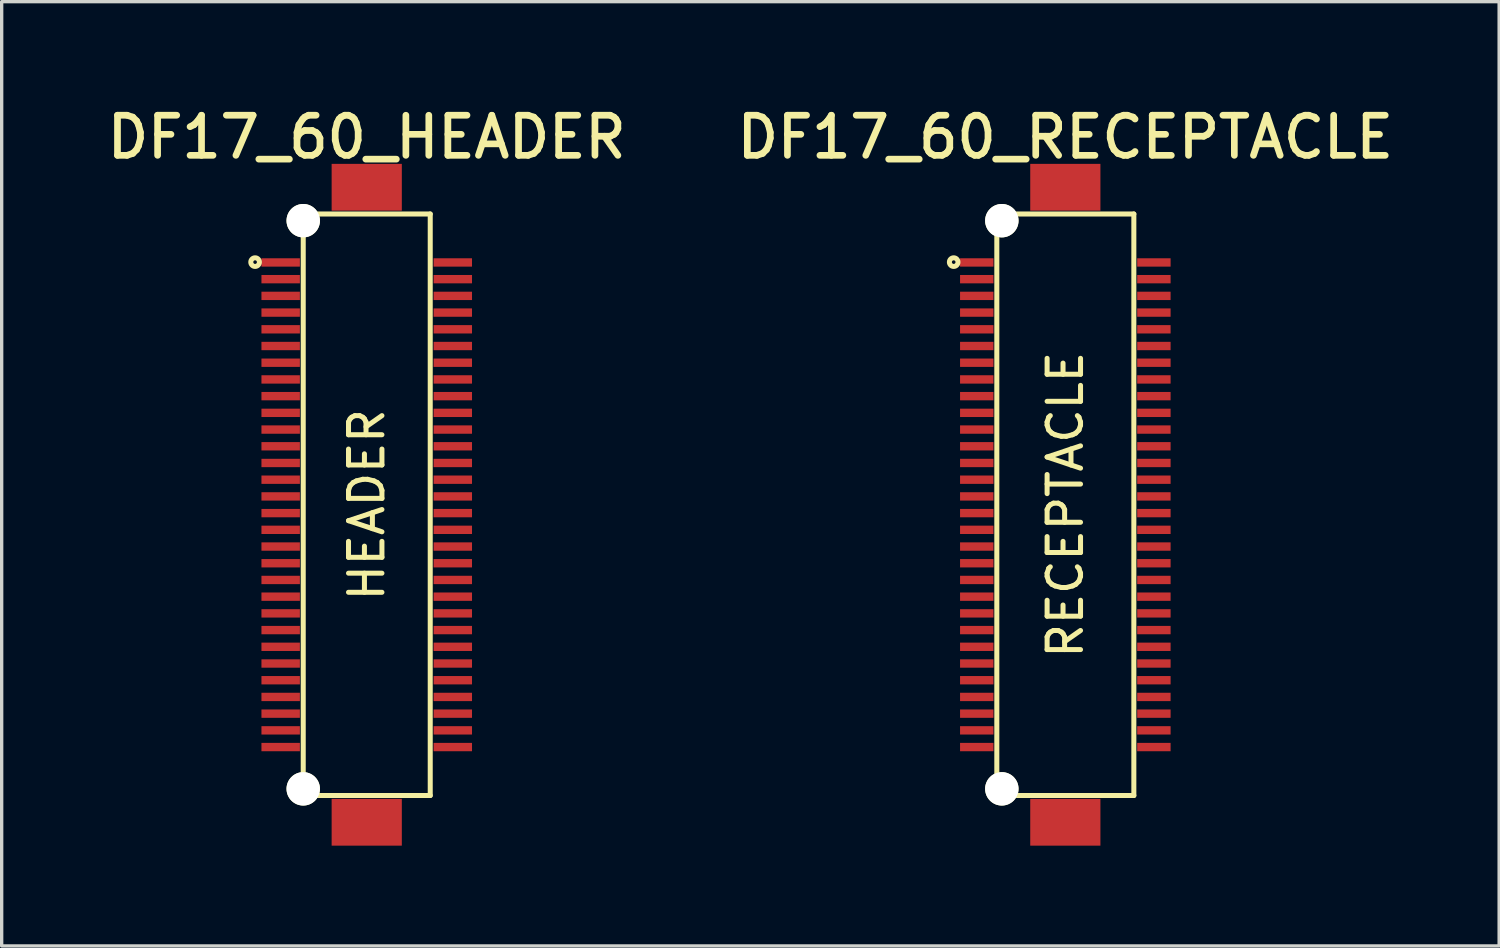
<source format=kicad_pcb>
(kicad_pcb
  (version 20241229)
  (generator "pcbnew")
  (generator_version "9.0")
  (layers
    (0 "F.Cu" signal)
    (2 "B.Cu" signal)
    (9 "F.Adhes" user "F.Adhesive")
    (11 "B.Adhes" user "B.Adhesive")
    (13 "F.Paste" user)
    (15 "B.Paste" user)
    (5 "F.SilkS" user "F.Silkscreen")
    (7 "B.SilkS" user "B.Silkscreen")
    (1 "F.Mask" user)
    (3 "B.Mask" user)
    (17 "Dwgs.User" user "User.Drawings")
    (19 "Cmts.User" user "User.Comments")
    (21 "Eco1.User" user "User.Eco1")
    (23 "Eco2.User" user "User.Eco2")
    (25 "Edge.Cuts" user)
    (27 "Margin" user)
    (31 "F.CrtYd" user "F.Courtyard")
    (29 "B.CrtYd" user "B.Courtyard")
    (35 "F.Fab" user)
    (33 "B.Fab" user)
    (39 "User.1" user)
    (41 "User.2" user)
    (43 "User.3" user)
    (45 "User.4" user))
  (footprint "DF17_60_HEADER"
    (layer "F.Cu")
    (at 7.923 12.053)
    (property "Reference" "DF17_60_HEADER" (at 0 -11 0) (layer "F.SilkS") (effects (font (size 1.2 1.2) (thickness 0.2))))
    (attr through_hole)
    (fp_line (start -1.9 -8.7) (end 1.9 -8.7) (stroke (width 0.15) (type solid)) (layer "F.SilkS"))
    (fp_line (start -1.9 8.7) (end -1.9 -8.7) (stroke (width 0.15) (type solid)) (layer "F.SilkS"))
    (fp_line (start 1.9 -8.7) (end 1.9 8.7) (stroke (width 0.15) (type solid)) (layer "F.SilkS"))
    (fp_line (start 1.9 8.7) (end -1.9 8.7) (stroke (width 0.15) (type solid)) (layer "F.SilkS"))
    (fp_circle (center -3.34 -7.26) (end -3.32 -7.31) (stroke (width 0.15) (type solid)) (fill no) (layer "F.SilkS"))
    (fp_text user "HEADER" (at 0 0 90) (layer "F.SilkS") (effects (font (size 1 1) (thickness 0.15))))
    (pad "" np_thru_hole circle (at -1.9 -8.5) (size 1 1) (drill 1) (layers "*.Cu" "*.Mask" "F.SilkS"))
    (pad "" np_thru_hole circle (at -1.9 8.5) (size 1 1) (drill 1) (layers "*.Cu" "*.Mask" "F.SilkS"))
    (pad "" smd rect (at 0 -9.5) (size 2.1 1.4) (layers "F.Cu" "F.Mask" "F.Paste"))
    (pad "" smd rect (at 0 9.5) (size 2.1 1.4) (layers "F.Cu" "F.Mask" "F.Paste"))
    (pad "1" smd rect (at -2.575 -7.25) (size 1.15 0.25) (layers "F.Cu" "F.Mask" "F.Paste"))
    (pad "2" smd rect (at 2.575 -7.25) (size 1.15 0.25) (layers "F.Cu" "F.Mask" "F.Paste"))
    (pad "3" smd rect (at -2.575 -6.75) (size 1.15 0.25) (layers "F.Cu" "F.Mask" "F.Paste"))
    (pad "4" smd rect (at 2.575 -6.75) (size 1.15 0.25) (layers "F.Cu" "F.Mask" "F.Paste"))
    (pad "5" smd rect (at -2.575 -6.25) (size 1.15 0.25) (layers "F.Cu" "F.Mask" "F.Paste"))
    (pad "6" smd rect (at 2.575 -6.25) (size 1.15 0.25) (layers "F.Cu" "F.Mask" "F.Paste"))
    (pad "7" smd rect (at -2.575 -5.75) (size 1.15 0.25) (layers "F.Cu" "F.Mask" "F.Paste"))
    (pad "8" smd rect (at 2.575 -5.75) (size 1.15 0.25) (layers "F.Cu" "F.Mask" "F.Paste"))
    (pad "9" smd rect (at -2.575 -5.25) (size 1.15 0.25) (layers "F.Cu" "F.Mask" "F.Paste"))
    (pad "10" smd rect (at 2.575 -5.25) (size 1.15 0.25) (layers "F.Cu" "F.Mask" "F.Paste"))
    (pad "11" smd rect (at -2.575 -4.75) (size 1.15 0.25) (layers "F.Cu" "F.Mask" "F.Paste"))
    (pad "12" smd rect (at 2.575 -4.75) (size 1.15 0.25) (layers "F.Cu" "F.Mask" "F.Paste"))
    (pad "13" smd rect (at -2.575 -4.25) (size 1.15 0.25) (layers "F.Cu" "F.Mask" "F.Paste"))
    (pad "14" smd rect (at 2.575 -4.25) (size 1.15 0.25) (layers "F.Cu" "F.Mask" "F.Paste"))
    (pad "15" smd rect (at -2.575 -3.75) (size 1.15 0.25) (layers "F.Cu" "F.Mask" "F.Paste"))
    (pad "16" smd rect (at 2.575 -3.75) (size 1.15 0.25) (layers "F.Cu" "F.Mask" "F.Paste"))
    (pad "17" smd rect (at -2.575 -3.25) (size 1.15 0.25) (layers "F.Cu" "F.Mask" "F.Paste"))
    (pad "18" smd rect (at 2.575 -3.25) (size 1.15 0.25) (layers "F.Cu" "F.Mask" "F.Paste"))
    (pad "19" smd rect (at -2.575 -2.75) (size 1.15 0.25) (layers "F.Cu" "F.Mask" "F.Paste"))
    (pad "20" smd rect (at 2.575 -2.75) (size 1.15 0.25) (layers "F.Cu" "F.Mask" "F.Paste"))
    (pad "21" smd rect (at -2.575 -2.25) (size 1.15 0.25) (layers "F.Cu" "F.Mask" "F.Paste"))
    (pad "22" smd rect (at 2.575 -2.25) (size 1.15 0.25) (layers "F.Cu" "F.Mask" "F.Paste"))
    (pad "23" smd rect (at -2.575 -1.75) (size 1.15 0.25) (layers "F.Cu" "F.Mask" "F.Paste"))
    (pad "24" smd rect (at 2.575 -1.75) (size 1.15 0.25) (layers "F.Cu" "F.Mask" "F.Paste"))
    (pad "25" smd rect (at -2.575 -1.25) (size 1.15 0.25) (layers "F.Cu" "F.Mask" "F.Paste"))
    (pad "26" smd rect (at 2.575 -1.25) (size 1.15 0.25) (layers "F.Cu" "F.Mask" "F.Paste"))
    (pad "27" smd rect (at -2.575 -0.75) (size 1.15 0.25) (layers "F.Cu" "F.Mask" "F.Paste"))
    (pad "28" smd rect (at 2.575 -0.75) (size 1.15 0.25) (layers "F.Cu" "F.Mask" "F.Paste"))
    (pad "29" smd rect (at -2.575 -0.25) (size 1.15 0.25) (layers "F.Cu" "F.Mask" "F.Paste"))
    (pad "30" smd rect (at 2.575 -0.25) (size 1.15 0.25) (layers "F.Cu" "F.Mask" "F.Paste"))
    (pad "31" smd rect (at -2.575 0.25) (size 1.15 0.25) (layers "F.Cu" "F.Mask" "F.Paste"))
    (pad "32" smd rect (at 2.575 0.25) (size 1.15 0.25) (layers "F.Cu" "F.Mask" "F.Paste"))
    (pad "33" smd rect (at -2.575 0.75) (size 1.15 0.25) (layers "F.Cu" "F.Mask" "F.Paste"))
    (pad "34" smd rect (at 2.575 0.75) (size 1.15 0.25) (layers "F.Cu" "F.Mask" "F.Paste"))
    (pad "35" smd rect (at -2.575 1.25) (size 1.15 0.25) (layers "F.Cu" "F.Mask" "F.Paste"))
    (pad "36" smd rect (at 2.575 1.25) (size 1.15 0.25) (layers "F.Cu" "F.Mask" "F.Paste"))
    (pad "37" smd rect (at -2.575 1.75) (size 1.15 0.25) (layers "F.Cu" "F.Mask" "F.Paste"))
    (pad "38" smd rect (at 2.575 1.75) (size 1.15 0.25) (layers "F.Cu" "F.Mask" "F.Paste"))
    (pad "39" smd rect (at -2.575 2.25) (size 1.15 0.25) (layers "F.Cu" "F.Mask" "F.Paste"))
    (pad "40" smd rect (at 2.575 2.25) (size 1.15 0.25) (layers "F.Cu" "F.Mask" "F.Paste"))
    (pad "41" smd rect (at -2.575 2.75) (size 1.15 0.25) (layers "F.Cu" "F.Mask" "F.Paste"))
    (pad "42" smd rect (at 2.575 2.75) (size 1.15 0.25) (layers "F.Cu" "F.Mask" "F.Paste"))
    (pad "43" smd rect (at -2.575 3.25) (size 1.15 0.25) (layers "F.Cu" "F.Mask" "F.Paste"))
    (pad "44" smd rect (at 2.575 3.25) (size 1.15 0.25) (layers "F.Cu" "F.Mask" "F.Paste"))
    (pad "45" smd rect (at -2.575 3.75) (size 1.15 0.25) (layers "F.Cu" "F.Mask" "F.Paste"))
    (pad "46" smd rect (at 2.575 3.75) (size 1.15 0.25) (layers "F.Cu" "F.Mask" "F.Paste"))
    (pad "47" smd rect (at -2.575 4.25) (size 1.15 0.25) (layers "F.Cu" "F.Mask" "F.Paste"))
    (pad "48" smd rect (at 2.575 4.25) (size 1.15 0.25) (layers "F.Cu" "F.Mask" "F.Paste"))
    (pad "49" smd rect (at -2.575 4.75) (size 1.15 0.25) (layers "F.Cu" "F.Mask" "F.Paste"))
    (pad "50" smd rect (at 2.575 4.75) (size 1.15 0.25) (layers "F.Cu" "F.Mask" "F.Paste"))
    (pad "51" smd rect (at -2.575 5.25) (size 1.15 0.25) (layers "F.Cu" "F.Mask" "F.Paste"))
    (pad "52" smd rect (at 2.575 5.25) (size 1.15 0.25) (layers "F.Cu" "F.Mask" "F.Paste"))
    (pad "53" smd rect (at -2.575 5.75) (size 1.15 0.25) (layers "F.Cu" "F.Mask" "F.Paste"))
    (pad "54" smd rect (at 2.575 5.75) (size 1.15 0.25) (layers "F.Cu" "F.Mask" "F.Paste"))
    (pad "55" smd rect (at -2.575 6.25) (size 1.15 0.25) (layers "F.Cu" "F.Mask" "F.Paste"))
    (pad "56" smd rect (at 2.575 6.25) (size 1.15 0.25) (layers "F.Cu" "F.Mask" "F.Paste"))
    (pad "57" smd rect (at -2.575 6.75) (size 1.15 0.25) (layers "F.Cu" "F.Mask" "F.Paste"))
    (pad "58" smd rect (at 2.575 6.75) (size 1.15 0.25) (layers "F.Cu" "F.Mask" "F.Paste"))
    (pad "59" smd rect (at -2.575 7.25) (size 1.15 0.25) (layers "F.Cu" "F.Mask" "F.Paste"))
    (pad "60" smd rect (at 2.575 7.25) (size 1.15 0.25) (layers "F.Cu" "F.Mask" "F.Paste")))
  (footprint "DF17_60_RECEPTACLE"
    (layer "F.Cu")
    (at 28.826 12.053)
    (property "Reference" "DF17_60_RECEPTACLE" (at 0 -11 0) (layer "F.SilkS") (effects (font (size 1.2 1.2) (thickness 0.2))))
    (attr through_hole)
    (fp_line (start -2.05 -8.7) (end 2.05 -8.7) (stroke (width 0.15) (type solid)) (layer "F.SilkS"))
    (fp_line (start -2.05 8.7) (end -2.05 -8.7) (stroke (width 0.15) (type solid)) (layer "F.SilkS"))
    (fp_line (start 2.05 -8.7) (end 2.05 8.7) (stroke (width 0.15) (type solid)) (layer "F.SilkS"))
    (fp_line (start 2.05 8.7) (end -2.05 8.7) (stroke (width 0.15) (type solid)) (layer "F.SilkS"))
    (fp_circle (center -3.34 -7.26) (end -3.32 -7.31) (stroke (width 0.15) (type solid)) (fill no) (layer "F.SilkS"))
    (fp_text user "RECEPTACLE" (at 0 0 90) (layer "F.SilkS") (effects (font (size 1 1) (thickness 0.15))))
    (pad "" np_thru_hole circle (at -1.9 -8.5) (size 1 1) (drill 1) (layers "*.Cu" "*.Mask" "F.SilkS"))
    (pad "" np_thru_hole circle (at -1.9 8.5) (size 1 1) (drill 1) (layers "*.Cu" "*.Mask" "F.SilkS"))
    (pad "" smd rect (at 0 -9.5) (size 2.1 1.4) (layers "F.Cu" "F.Mask" "F.Paste"))
    (pad "" smd rect (at 0 9.5) (size 2.1 1.4) (layers "F.Cu" "F.Mask" "F.Paste"))
    (pad "1" smd rect (at -2.65 -7.25) (size 1 0.25) (layers "F.Cu" "F.Mask" "F.Paste"))
    (pad "2" smd rect (at 2.65 -7.25) (size 1 0.25) (layers "F.Cu" "F.Mask" "F.Paste"))
    (pad "3" smd rect (at -2.65 -6.75) (size 1 0.25) (layers "F.Cu" "F.Mask" "F.Paste"))
    (pad "4" smd rect (at 2.65 -6.75) (size 1 0.25) (layers "F.Cu" "F.Mask" "F.Paste"))
    (pad "5" smd rect (at -2.65 -6.25) (size 1 0.25) (layers "F.Cu" "F.Mask" "F.Paste"))
    (pad "6" smd rect (at 2.65 -6.25) (size 1 0.25) (layers "F.Cu" "F.Mask" "F.Paste"))
    (pad "7" smd rect (at -2.65 -5.75) (size 1 0.25) (layers "F.Cu" "F.Mask" "F.Paste"))
    (pad "8" smd rect (at 2.65 -5.75) (size 1 0.25) (layers "F.Cu" "F.Mask" "F.Paste"))
    (pad "9" smd rect (at -2.65 -5.25) (size 1 0.25) (layers "F.Cu" "F.Mask" "F.Paste"))
    (pad "10" smd rect (at 2.65 -5.25) (size 1 0.25) (layers "F.Cu" "F.Mask" "F.Paste"))
    (pad "11" smd rect (at -2.65 -4.75) (size 1 0.25) (layers "F.Cu" "F.Mask" "F.Paste"))
    (pad "12" smd rect (at 2.65 -4.75) (size 1 0.25) (layers "F.Cu" "F.Mask" "F.Paste"))
    (pad "13" smd rect (at -2.65 -4.25) (size 1 0.25) (layers "F.Cu" "F.Mask" "F.Paste"))
    (pad "14" smd rect (at 2.65 -4.25) (size 1 0.25) (layers "F.Cu" "F.Mask" "F.Paste"))
    (pad "15" smd rect (at -2.65 -3.75) (size 1 0.25) (layers "F.Cu" "F.Mask" "F.Paste"))
    (pad "16" smd rect (at 2.65 -3.75) (size 1 0.25) (layers "F.Cu" "F.Mask" "F.Paste"))
    (pad "17" smd rect (at -2.65 -3.25) (size 1 0.25) (layers "F.Cu" "F.Mask" "F.Paste"))
    (pad "18" smd rect (at 2.65 -3.25) (size 1 0.25) (layers "F.Cu" "F.Mask" "F.Paste"))
    (pad "19" smd rect (at -2.65 -2.75) (size 1 0.25) (layers "F.Cu" "F.Mask" "F.Paste"))
    (pad "20" smd rect (at 2.65 -2.75) (size 1 0.25) (layers "F.Cu" "F.Mask" "F.Paste"))
    (pad "21" smd rect (at -2.65 -2.25) (size 1 0.25) (layers "F.Cu" "F.Mask" "F.Paste"))
    (pad "22" smd rect (at 2.65 -2.25) (size 1 0.25) (layers "F.Cu" "F.Mask" "F.Paste"))
    (pad "23" smd rect (at -2.65 -1.75) (size 1 0.25) (layers "F.Cu" "F.Mask" "F.Paste"))
    (pad "24" smd rect (at 2.65 -1.75) (size 1 0.25) (layers "F.Cu" "F.Mask" "F.Paste"))
    (pad "25" smd rect (at -2.65 -1.25) (size 1 0.25) (layers "F.Cu" "F.Mask" "F.Paste"))
    (pad "26" smd rect (at 2.65 -1.25) (size 1 0.25) (layers "F.Cu" "F.Mask" "F.Paste"))
    (pad "27" smd rect (at -2.65 -0.75) (size 1 0.25) (layers "F.Cu" "F.Mask" "F.Paste"))
    (pad "28" smd rect (at 2.65 -0.75) (size 1 0.25) (layers "F.Cu" "F.Mask" "F.Paste"))
    (pad "29" smd rect (at -2.65 -0.25) (size 1 0.25) (layers "F.Cu" "F.Mask" "F.Paste"))
    (pad "30" smd rect (at 2.65 -0.25) (size 1 0.25) (layers "F.Cu" "F.Mask" "F.Paste"))
    (pad "31" smd rect (at -2.65 0.25) (size 1 0.25) (layers "F.Cu" "F.Mask" "F.Paste"))
    (pad "32" smd rect (at 2.65 0.25) (size 1 0.25) (layers "F.Cu" "F.Mask" "F.Paste"))
    (pad "33" smd rect (at -2.65 0.75) (size 1 0.25) (layers "F.Cu" "F.Mask" "F.Paste"))
    (pad "34" smd rect (at 2.65 0.75) (size 1 0.25) (layers "F.Cu" "F.Mask" "F.Paste"))
    (pad "35" smd rect (at -2.65 1.25) (size 1 0.25) (layers "F.Cu" "F.Mask" "F.Paste"))
    (pad "36" smd rect (at 2.65 1.25) (size 1 0.25) (layers "F.Cu" "F.Mask" "F.Paste"))
    (pad "37" smd rect (at -2.65 1.75) (size 1 0.25) (layers "F.Cu" "F.Mask" "F.Paste"))
    (pad "38" smd rect (at 2.65 1.75) (size 1 0.25) (layers "F.Cu" "F.Mask" "F.Paste"))
    (pad "39" smd rect (at -2.65 2.25) (size 1 0.25) (layers "F.Cu" "F.Mask" "F.Paste"))
    (pad "40" smd rect (at 2.65 2.25) (size 1 0.25) (layers "F.Cu" "F.Mask" "F.Paste"))
    (pad "41" smd rect (at -2.65 2.75) (size 1 0.25) (layers "F.Cu" "F.Mask" "F.Paste"))
    (pad "42" smd rect (at 2.65 2.75) (size 1 0.25) (layers "F.Cu" "F.Mask" "F.Paste"))
    (pad "43" smd rect (at -2.65 3.25) (size 1 0.25) (layers "F.Cu" "F.Mask" "F.Paste"))
    (pad "44" smd rect (at 2.65 3.25) (size 1 0.25) (layers "F.Cu" "F.Mask" "F.Paste"))
    (pad "45" smd rect (at -2.65 3.75) (size 1 0.25) (layers "F.Cu" "F.Mask" "F.Paste"))
    (pad "46" smd rect (at 2.65 3.75) (size 1 0.25) (layers "F.Cu" "F.Mask" "F.Paste"))
    (pad "47" smd rect (at -2.65 4.25) (size 1 0.25) (layers "F.Cu" "F.Mask" "F.Paste"))
    (pad "48" smd rect (at 2.65 4.25) (size 1 0.25) (layers "F.Cu" "F.Mask" "F.Paste"))
    (pad "49" smd rect (at -2.65 4.75) (size 1 0.25) (layers "F.Cu" "F.Mask" "F.Paste"))
    (pad "50" smd rect (at 2.65 4.75) (size 1 0.25) (layers "F.Cu" "F.Mask" "F.Paste"))
    (pad "51" smd rect (at -2.65 5.25) (size 1 0.25) (layers "F.Cu" "F.Mask" "F.Paste"))
    (pad "52" smd rect (at 2.65 5.25) (size 1 0.25) (layers "F.Cu" "F.Mask" "F.Paste"))
    (pad "53" smd rect (at -2.65 5.75) (size 1 0.25) (layers "F.Cu" "F.Mask" "F.Paste"))
    (pad "54" smd rect (at 2.65 5.75) (size 1 0.25) (layers "F.Cu" "F.Mask" "F.Paste"))
    (pad "55" smd rect (at -2.65 6.25) (size 1 0.25) (layers "F.Cu" "F.Mask" "F.Paste"))
    (pad "56" smd rect (at 2.65 6.25) (size 1 0.25) (layers "F.Cu" "F.Mask" "F.Paste"))
    (pad "57" smd rect (at -2.65 6.75) (size 1 0.25) (layers "F.Cu" "F.Mask" "F.Paste"))
    (pad "58" smd rect (at 2.65 6.75) (size 1 0.25) (layers "F.Cu" "F.Mask" "F.Paste"))
    (pad "59" smd rect (at -2.65 7.25) (size 1 0.25) (layers "F.Cu" "F.Mask" "F.Paste"))
    (pad "60" smd rect (at 2.65 7.25) (size 1 0.25) (layers "F.Cu" "F.Mask" "F.Paste")))
  (gr_rect
    (start -3 -3)
    (end 41.806 25.253)
    (stroke (width 0.1) (type default))
    (fill no)
    (layer "Edge.Cuts")))
</source>
